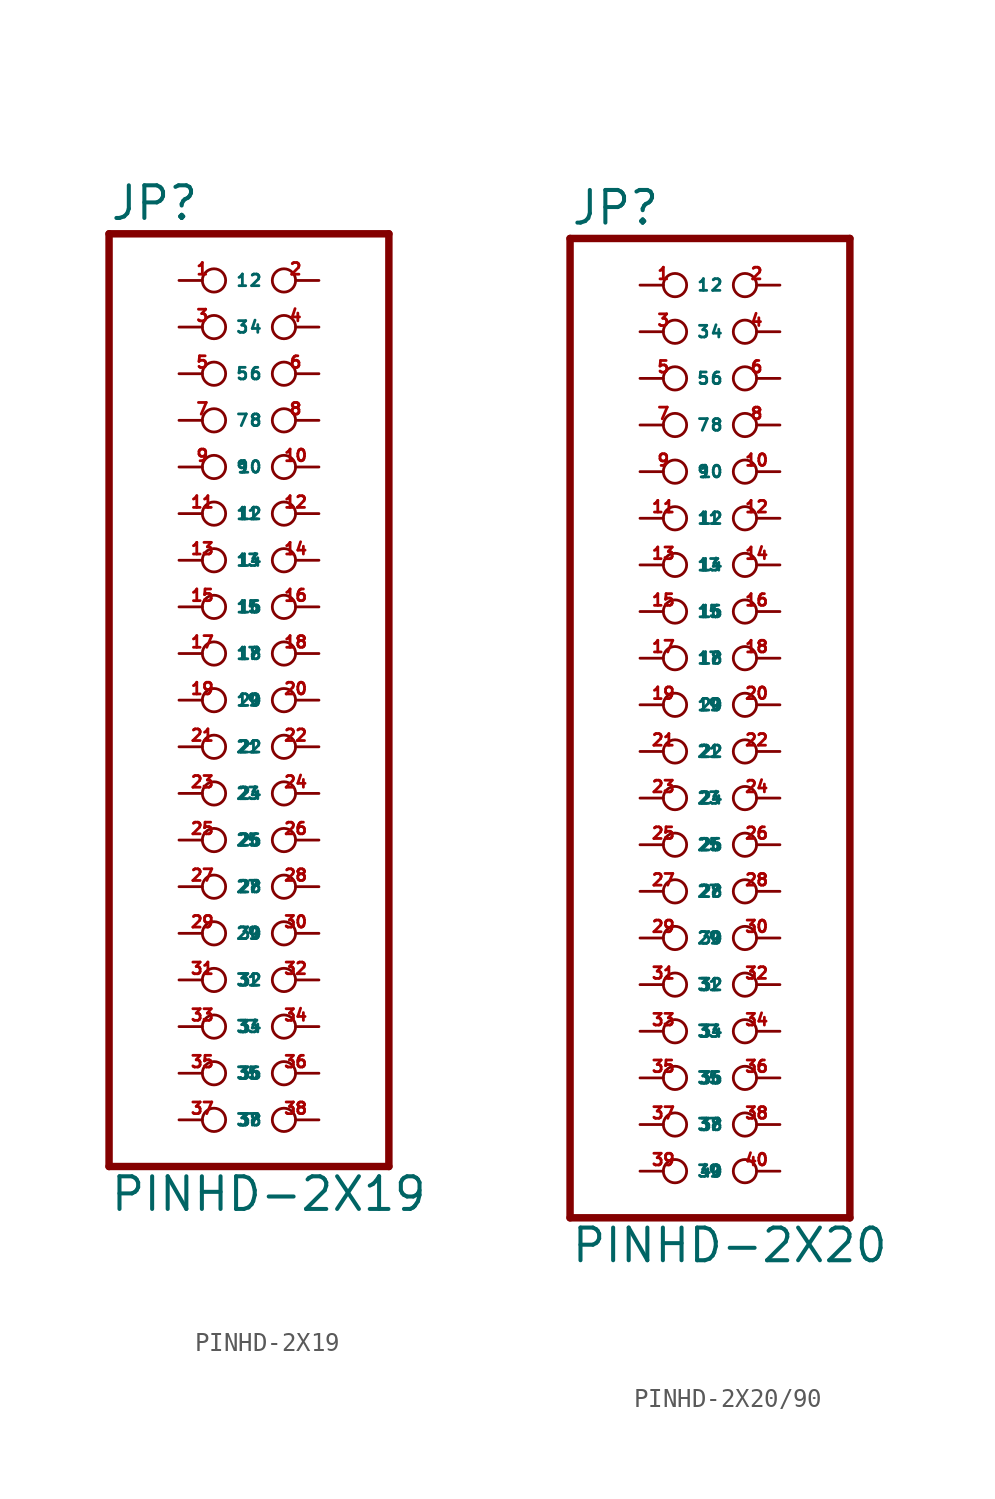
<source format=kicad_sym>
(kicad_symbol_lib
  (version 20220914)
  (generator Eagle2Kicad)
  (symbol "PINHD-2X19"
    (property "Reference" "JP"
      (at -6.35 23.495 0)
      (effects (font (size 1.778 1.778) (thickness 0.22)) (justify left bottom)))
    (property "Value" "PINHD-2X19"
      (at -6.35 -30.48 0)
      (effects (font (size 1.778 1.778) (thickness 0.22)) (justify left bottom)))
    (polyline
      (pts (xy -6.35 -27.94) (xy 8.89 -27.94))
      (stroke (width 0.406) (type default))
      (fill (type none)))
    (polyline
      (pts (xy 8.89 -27.94) (xy 8.89 22.86))
      (stroke (width 0.406) (type default))
      (fill (type none)))
    (polyline
      (pts (xy 8.89 22.86) (xy -6.35 22.86))
      (stroke (width 0.406) (type default))
      (fill (type none)))
    (polyline
      (pts (xy -6.35 22.86) (xy -6.35 -27.94))
      (stroke (width 0.406) (type default))
      (fill (type none)))
    (pin passive inverted
      (at -2.54 20.32 0)
      (length 2.54)
      (name "1" (effects (font (size 0.635 0.635) (thickness 0.08)) (justify left bottom)))
      (number "1" (effects (font (size 0.635 0.635) (thickness 0.08)) (justify left bottom))))
    (pin passive inverted
      (at 5.08 20.32 180)
      (length 2.54)
      (name "2" (effects (font (size 0.635 0.635) (thickness 0.08)) (justify left bottom)))
      (number "2" (effects (font (size 0.635 0.635) (thickness 0.08)) (justify left bottom))))
    (pin passive inverted
      (at -2.54 17.78 0)
      (length 2.54)
      (name "3" (effects (font (size 0.635 0.635) (thickness 0.08)) (justify left bottom)))
      (number "3" (effects (font (size 0.635 0.635) (thickness 0.08)) (justify left bottom))))
    (pin passive inverted
      (at 5.08 17.78 180)
      (length 2.54)
      (name "4" (effects (font (size 0.635 0.635) (thickness 0.08)) (justify left bottom)))
      (number "4" (effects (font (size 0.635 0.635) (thickness 0.08)) (justify left bottom))))
    (pin passive inverted
      (at -2.54 15.24 0)
      (length 2.54)
      (name "5" (effects (font (size 0.635 0.635) (thickness 0.08)) (justify left bottom)))
      (number "5" (effects (font (size 0.635 0.635) (thickness 0.08)) (justify left bottom))))
    (pin passive inverted
      (at 5.08 15.24 180)
      (length 2.54)
      (name "6" (effects (font (size 0.635 0.635) (thickness 0.08)) (justify left bottom)))
      (number "6" (effects (font (size 0.635 0.635) (thickness 0.08)) (justify left bottom))))
    (pin passive inverted
      (at -2.54 12.7 0)
      (length 2.54)
      (name "7" (effects (font (size 0.635 0.635) (thickness 0.08)) (justify left bottom)))
      (number "7" (effects (font (size 0.635 0.635) (thickness 0.08)) (justify left bottom))))
    (pin passive inverted
      (at 5.08 12.7 180)
      (length 2.54)
      (name "8" (effects (font (size 0.635 0.635) (thickness 0.08)) (justify left bottom)))
      (number "8" (effects (font (size 0.635 0.635) (thickness 0.08)) (justify left bottom))))
    (pin passive inverted
      (at -2.54 10.16 0)
      (length 2.54)
      (name "9" (effects (font (size 0.635 0.635) (thickness 0.08)) (justify left bottom)))
      (number "9" (effects (font (size 0.635 0.635) (thickness 0.08)) (justify left bottom))))
    (pin passive inverted
      (at 5.08 10.16 180)
      (length 2.54)
      (name "10" (effects (font (size 0.635 0.635) (thickness 0.08)) (justify left bottom)))
      (number "10" (effects (font (size 0.635 0.635) (thickness 0.08)) (justify left bottom))))
    (pin passive inverted
      (at -2.54 7.62 0)
      (length 2.54)
      (name "11" (effects (font (size 0.635 0.635) (thickness 0.08)) (justify left bottom)))
      (number "11" (effects (font (size 0.635 0.635) (thickness 0.08)) (justify left bottom))))
    (pin passive inverted
      (at 5.08 7.62 180)
      (length 2.54)
      (name "12" (effects (font (size 0.635 0.635) (thickness 0.08)) (justify left bottom)))
      (number "12" (effects (font (size 0.635 0.635) (thickness 0.08)) (justify left bottom))))
    (pin passive inverted
      (at -2.54 5.08 0)
      (length 2.54)
      (name "13" (effects (font (size 0.635 0.635) (thickness 0.08)) (justify left bottom)))
      (number "13" (effects (font (size 0.635 0.635) (thickness 0.08)) (justify left bottom))))
    (pin passive inverted
      (at 5.08 5.08 180)
      (length 2.54)
      (name "14" (effects (font (size 0.635 0.635) (thickness 0.08)) (justify left bottom)))
      (number "14" (effects (font (size 0.635 0.635) (thickness 0.08)) (justify left bottom))))
    (pin passive inverted
      (at -2.54 2.54 0)
      (length 2.54)
      (name "15" (effects (font (size 0.635 0.635) (thickness 0.08)) (justify left bottom)))
      (number "15" (effects (font (size 0.635 0.635) (thickness 0.08)) (justify left bottom))))
    (pin passive inverted
      (at 5.08 2.54 180)
      (length 2.54)
      (name "16" (effects (font (size 0.635 0.635) (thickness 0.08)) (justify left bottom)))
      (number "16" (effects (font (size 0.635 0.635) (thickness 0.08)) (justify left bottom))))
    (pin passive inverted
      (at -2.54 0 0)
      (length 2.54)
      (name "17" (effects (font (size 0.635 0.635) (thickness 0.08)) (justify left bottom)))
      (number "17" (effects (font (size 0.635 0.635) (thickness 0.08)) (justify left bottom))))
    (pin passive inverted
      (at 5.08 0 180)
      (length 2.54)
      (name "18" (effects (font (size 0.635 0.635) (thickness 0.08)) (justify left bottom)))
      (number "18" (effects (font (size 0.635 0.635) (thickness 0.08)) (justify left bottom))))
    (pin passive inverted
      (at -2.54 -2.54 0)
      (length 2.54)
      (name "19" (effects (font (size 0.635 0.635) (thickness 0.08)) (justify left bottom)))
      (number "19" (effects (font (size 0.635 0.635) (thickness 0.08)) (justify left bottom))))
    (pin passive inverted
      (at 5.08 -2.54 180)
      (length 2.54)
      (name "20" (effects (font (size 0.635 0.635) (thickness 0.08)) (justify left bottom)))
      (number "20" (effects (font (size 0.635 0.635) (thickness 0.08)) (justify left bottom))))
    (pin passive inverted
      (at -2.54 -5.08 0)
      (length 2.54)
      (name "21" (effects (font (size 0.635 0.635) (thickness 0.08)) (justify left bottom)))
      (number "21" (effects (font (size 0.635 0.635) (thickness 0.08)) (justify left bottom))))
    (pin passive inverted
      (at 5.08 -5.08 180)
      (length 2.54)
      (name "22" (effects (font (size 0.635 0.635) (thickness 0.08)) (justify left bottom)))
      (number "22" (effects (font (size 0.635 0.635) (thickness 0.08)) (justify left bottom))))
    (pin passive inverted
      (at -2.54 -7.62 0)
      (length 2.54)
      (name "23" (effects (font (size 0.635 0.635) (thickness 0.08)) (justify left bottom)))
      (number "23" (effects (font (size 0.635 0.635) (thickness 0.08)) (justify left bottom))))
    (pin passive inverted
      (at 5.08 -7.62 180)
      (length 2.54)
      (name "24" (effects (font (size 0.635 0.635) (thickness 0.08)) (justify left bottom)))
      (number "24" (effects (font (size 0.635 0.635) (thickness 0.08)) (justify left bottom))))
    (pin passive inverted
      (at -2.54 -10.16 0)
      (length 2.54)
      (name "25" (effects (font (size 0.635 0.635) (thickness 0.08)) (justify left bottom)))
      (number "25" (effects (font (size 0.635 0.635) (thickness 0.08)) (justify left bottom))))
    (pin passive inverted
      (at 5.08 -10.16 180)
      (length 2.54)
      (name "26" (effects (font (size 0.635 0.635) (thickness 0.08)) (justify left bottom)))
      (number "26" (effects (font (size 0.635 0.635) (thickness 0.08)) (justify left bottom))))
    (pin passive inverted
      (at -2.54 -12.7 0)
      (length 2.54)
      (name "27" (effects (font (size 0.635 0.635) (thickness 0.08)) (justify left bottom)))
      (number "27" (effects (font (size 0.635 0.635) (thickness 0.08)) (justify left bottom))))
    (pin passive inverted
      (at 5.08 -12.7 180)
      (length 2.54)
      (name "28" (effects (font (size 0.635 0.635) (thickness 0.08)) (justify left bottom)))
      (number "28" (effects (font (size 0.635 0.635) (thickness 0.08)) (justify left bottom))))
    (pin passive inverted
      (at -2.54 -15.24 0)
      (length 2.54)
      (name "29" (effects (font (size 0.635 0.635) (thickness 0.08)) (justify left bottom)))
      (number "29" (effects (font (size 0.635 0.635) (thickness 0.08)) (justify left bottom))))
    (pin passive inverted
      (at 5.08 -15.24 180)
      (length 2.54)
      (name "30" (effects (font (size 0.635 0.635) (thickness 0.08)) (justify left bottom)))
      (number "30" (effects (font (size 0.635 0.635) (thickness 0.08)) (justify left bottom))))
    (pin passive inverted
      (at -2.54 -17.78 0)
      (length 2.54)
      (name "31" (effects (font (size 0.635 0.635) (thickness 0.08)) (justify left bottom)))
      (number "31" (effects (font (size 0.635 0.635) (thickness 0.08)) (justify left bottom))))
    (pin passive inverted
      (at 5.08 -17.78 180)
      (length 2.54)
      (name "32" (effects (font (size 0.635 0.635) (thickness 0.08)) (justify left bottom)))
      (number "32" (effects (font (size 0.635 0.635) (thickness 0.08)) (justify left bottom))))
    (pin passive inverted
      (at -2.54 -20.32 0)
      (length 2.54)
      (name "33" (effects (font (size 0.635 0.635) (thickness 0.08)) (justify left bottom)))
      (number "33" (effects (font (size 0.635 0.635) (thickness 0.08)) (justify left bottom))))
    (pin passive inverted
      (at -2.54 -22.86 0)
      (length 2.54)
      (name "35" (effects (font (size 0.635 0.635) (thickness 0.08)) (justify left bottom)))
      (number "35" (effects (font (size 0.635 0.635) (thickness 0.08)) (justify left bottom))))
    (pin passive inverted
      (at -2.54 -25.4 0)
      (length 2.54)
      (name "37" (effects (font (size 0.635 0.635) (thickness 0.08)) (justify left bottom)))
      (number "37" (effects (font (size 0.635 0.635) (thickness 0.08)) (justify left bottom))))
    (pin passive inverted
      (at 5.08 -20.32 180)
      (length 2.54)
      (name "34" (effects (font (size 0.635 0.635) (thickness 0.08)) (justify left bottom)))
      (number "34" (effects (font (size 0.635 0.635) (thickness 0.08)) (justify left bottom))))
    (pin passive inverted
      (at 5.08 -22.86 180)
      (length 2.54)
      (name "36" (effects (font (size 0.635 0.635) (thickness 0.08)) (justify left bottom)))
      (number "36" (effects (font (size 0.635 0.635) (thickness 0.08)) (justify left bottom))))
    (pin passive inverted
      (at 5.08 -25.4 180)
      (length 2.54)
      (name "38" (effects (font (size 0.635 0.635) (thickness 0.08)) (justify left bottom)))
      (number "38" (effects (font (size 0.635 0.635) (thickness 0.08)) (justify left bottom)))))
  (symbol "PINHD-2X20/90"
    (property "Reference" "JP"
      (at -6.35 26.035 0)
      (effects (font (size 1.778 1.778) (thickness 0.22)) (justify left bottom)))
    (property "Value" "PINHD-2X20"
      (at -6.35 -30.48 0)
      (effects (font (size 1.778 1.778) (thickness 0.22)) (justify left bottom)))
    (polyline
      (pts (xy -6.35 -27.94) (xy 8.89 -27.94))
      (stroke (width 0.406) (type default))
      (fill (type none)))
    (polyline
      (pts (xy 8.89 -27.94) (xy 8.89 25.4))
      (stroke (width 0.406) (type default))
      (fill (type none)))
    (polyline
      (pts (xy 8.89 25.4) (xy -6.35 25.4))
      (stroke (width 0.406) (type default))
      (fill (type none)))
    (polyline
      (pts (xy -6.35 25.4) (xy -6.35 -27.94))
      (stroke (width 0.406) (type default))
      (fill (type none)))
    (pin passive inverted
      (at -2.54 22.86 0)
      (length 2.54)
      (name "1" (effects (font (size 0.635 0.635) (thickness 0.08)) (justify left bottom)))
      (number "1" (effects (font (size 0.635 0.635) (thickness 0.08)) (justify left bottom))))
    (pin passive inverted
      (at 5.08 22.86 180)
      (length 2.54)
      (name "2" (effects (font (size 0.635 0.635) (thickness 0.08)) (justify left bottom)))
      (number "2" (effects (font (size 0.635 0.635) (thickness 0.08)) (justify left bottom))))
    (pin passive inverted
      (at -2.54 20.32 0)
      (length 2.54)
      (name "3" (effects (font (size 0.635 0.635) (thickness 0.08)) (justify left bottom)))
      (number "3" (effects (font (size 0.635 0.635) (thickness 0.08)) (justify left bottom))))
    (pin passive inverted
      (at 5.08 20.32 180)
      (length 2.54)
      (name "4" (effects (font (size 0.635 0.635) (thickness 0.08)) (justify left bottom)))
      (number "4" (effects (font (size 0.635 0.635) (thickness 0.08)) (justify left bottom))))
    (pin passive inverted
      (at -2.54 17.78 0)
      (length 2.54)
      (name "5" (effects (font (size 0.635 0.635) (thickness 0.08)) (justify left bottom)))
      (number "5" (effects (font (size 0.635 0.635) (thickness 0.08)) (justify left bottom))))
    (pin passive inverted
      (at 5.08 17.78 180)
      (length 2.54)
      (name "6" (effects (font (size 0.635 0.635) (thickness 0.08)) (justify left bottom)))
      (number "6" (effects (font (size 0.635 0.635) (thickness 0.08)) (justify left bottom))))
    (pin passive inverted
      (at -2.54 15.24 0)
      (length 2.54)
      (name "7" (effects (font (size 0.635 0.635) (thickness 0.08)) (justify left bottom)))
      (number "7" (effects (font (size 0.635 0.635) (thickness 0.08)) (justify left bottom))))
    (pin passive inverted
      (at 5.08 15.24 180)
      (length 2.54)
      (name "8" (effects (font (size 0.635 0.635) (thickness 0.08)) (justify left bottom)))
      (number "8" (effects (font (size 0.635 0.635) (thickness 0.08)) (justify left bottom))))
    (pin passive inverted
      (at -2.54 12.7 0)
      (length 2.54)
      (name "9" (effects (font (size 0.635 0.635) (thickness 0.08)) (justify left bottom)))
      (number "9" (effects (font (size 0.635 0.635) (thickness 0.08)) (justify left bottom))))
    (pin passive inverted
      (at 5.08 12.7 180)
      (length 2.54)
      (name "10" (effects (font (size 0.635 0.635) (thickness 0.08)) (justify left bottom)))
      (number "10" (effects (font (size 0.635 0.635) (thickness 0.08)) (justify left bottom))))
    (pin passive inverted
      (at -2.54 10.16 0)
      (length 2.54)
      (name "11" (effects (font (size 0.635 0.635) (thickness 0.08)) (justify left bottom)))
      (number "11" (effects (font (size 0.635 0.635) (thickness 0.08)) (justify left bottom))))
    (pin passive inverted
      (at 5.08 10.16 180)
      (length 2.54)
      (name "12" (effects (font (size 0.635 0.635) (thickness 0.08)) (justify left bottom)))
      (number "12" (effects (font (size 0.635 0.635) (thickness 0.08)) (justify left bottom))))
    (pin passive inverted
      (at -2.54 7.62 0)
      (length 2.54)
      (name "13" (effects (font (size 0.635 0.635) (thickness 0.08)) (justify left bottom)))
      (number "13" (effects (font (size 0.635 0.635) (thickness 0.08)) (justify left bottom))))
    (pin passive inverted
      (at 5.08 7.62 180)
      (length 2.54)
      (name "14" (effects (font (size 0.635 0.635) (thickness 0.08)) (justify left bottom)))
      (number "14" (effects (font (size 0.635 0.635) (thickness 0.08)) (justify left bottom))))
    (pin passive inverted
      (at -2.54 5.08 0)
      (length 2.54)
      (name "15" (effects (font (size 0.635 0.635) (thickness 0.08)) (justify left bottom)))
      (number "15" (effects (font (size 0.635 0.635) (thickness 0.08)) (justify left bottom))))
    (pin passive inverted
      (at 5.08 5.08 180)
      (length 2.54)
      (name "16" (effects (font (size 0.635 0.635) (thickness 0.08)) (justify left bottom)))
      (number "16" (effects (font (size 0.635 0.635) (thickness 0.08)) (justify left bottom))))
    (pin passive inverted
      (at -2.54 2.54 0)
      (length 2.54)
      (name "17" (effects (font (size 0.635 0.635) (thickness 0.08)) (justify left bottom)))
      (number "17" (effects (font (size 0.635 0.635) (thickness 0.08)) (justify left bottom))))
    (pin passive inverted
      (at 5.08 2.54 180)
      (length 2.54)
      (name "18" (effects (font (size 0.635 0.635) (thickness 0.08)) (justify left bottom)))
      (number "18" (effects (font (size 0.635 0.635) (thickness 0.08)) (justify left bottom))))
    (pin passive inverted
      (at -2.54 0 0)
      (length 2.54)
      (name "19" (effects (font (size 0.635 0.635) (thickness 0.08)) (justify left bottom)))
      (number "19" (effects (font (size 0.635 0.635) (thickness 0.08)) (justify left bottom))))
    (pin passive inverted
      (at 5.08 0 180)
      (length 2.54)
      (name "20" (effects (font (size 0.635 0.635) (thickness 0.08)) (justify left bottom)))
      (number "20" (effects (font (size 0.635 0.635) (thickness 0.08)) (justify left bottom))))
    (pin passive inverted
      (at -2.54 -2.54 0)
      (length 2.54)
      (name "21" (effects (font (size 0.635 0.635) (thickness 0.08)) (justify left bottom)))
      (number "21" (effects (font (size 0.635 0.635) (thickness 0.08)) (justify left bottom))))
    (pin passive inverted
      (at 5.08 -2.54 180)
      (length 2.54)
      (name "22" (effects (font (size 0.635 0.635) (thickness 0.08)) (justify left bottom)))
      (number "22" (effects (font (size 0.635 0.635) (thickness 0.08)) (justify left bottom))))
    (pin passive inverted
      (at -2.54 -5.08 0)
      (length 2.54)
      (name "23" (effects (font (size 0.635 0.635) (thickness 0.08)) (justify left bottom)))
      (number "23" (effects (font (size 0.635 0.635) (thickness 0.08)) (justify left bottom))))
    (pin passive inverted
      (at 5.08 -5.08 180)
      (length 2.54)
      (name "24" (effects (font (size 0.635 0.635) (thickness 0.08)) (justify left bottom)))
      (number "24" (effects (font (size 0.635 0.635) (thickness 0.08)) (justify left bottom))))
    (pin passive inverted
      (at -2.54 -7.62 0)
      (length 2.54)
      (name "25" (effects (font (size 0.635 0.635) (thickness 0.08)) (justify left bottom)))
      (number "25" (effects (font (size 0.635 0.635) (thickness 0.08)) (justify left bottom))))
    (pin passive inverted
      (at 5.08 -7.62 180)
      (length 2.54)
      (name "26" (effects (font (size 0.635 0.635) (thickness 0.08)) (justify left bottom)))
      (number "26" (effects (font (size 0.635 0.635) (thickness 0.08)) (justify left bottom))))
    (pin passive inverted
      (at -2.54 -10.16 0)
      (length 2.54)
      (name "27" (effects (font (size 0.635 0.635) (thickness 0.08)) (justify left bottom)))
      (number "27" (effects (font (size 0.635 0.635) (thickness 0.08)) (justify left bottom))))
    (pin passive inverted
      (at 5.08 -10.16 180)
      (length 2.54)
      (name "28" (effects (font (size 0.635 0.635) (thickness 0.08)) (justify left bottom)))
      (number "28" (effects (font (size 0.635 0.635) (thickness 0.08)) (justify left bottom))))
    (pin passive inverted
      (at -2.54 -12.7 0)
      (length 2.54)
      (name "29" (effects (font (size 0.635 0.635) (thickness 0.08)) (justify left bottom)))
      (number "29" (effects (font (size 0.635 0.635) (thickness 0.08)) (justify left bottom))))
    (pin passive inverted
      (at 5.08 -12.7 180)
      (length 2.54)
      (name "30" (effects (font (size 0.635 0.635) (thickness 0.08)) (justify left bottom)))
      (number "30" (effects (font (size 0.635 0.635) (thickness 0.08)) (justify left bottom))))
    (pin passive inverted
      (at -2.54 -15.24 0)
      (length 2.54)
      (name "31" (effects (font (size 0.635 0.635) (thickness 0.08)) (justify left bottom)))
      (number "31" (effects (font (size 0.635 0.635) (thickness 0.08)) (justify left bottom))))
    (pin passive inverted
      (at 5.08 -15.24 180)
      (length 2.54)
      (name "32" (effects (font (size 0.635 0.635) (thickness 0.08)) (justify left bottom)))
      (number "32" (effects (font (size 0.635 0.635) (thickness 0.08)) (justify left bottom))))
    (pin passive inverted
      (at -2.54 -17.78 0)
      (length 2.54)
      (name "33" (effects (font (size 0.635 0.635) (thickness 0.08)) (justify left bottom)))
      (number "33" (effects (font (size 0.635 0.635) (thickness 0.08)) (justify left bottom))))
    (pin passive inverted
      (at 5.08 -17.78 180)
      (length 2.54)
      (name "34" (effects (font (size 0.635 0.635) (thickness 0.08)) (justify left bottom)))
      (number "34" (effects (font (size 0.635 0.635) (thickness 0.08)) (justify left bottom))))
    (pin passive inverted
      (at -2.54 -20.32 0)
      (length 2.54)
      (name "35" (effects (font (size 0.635 0.635) (thickness 0.08)) (justify left bottom)))
      (number "35" (effects (font (size 0.635 0.635) (thickness 0.08)) (justify left bottom))))
    (pin passive inverted
      (at 5.08 -20.32 180)
      (length 2.54)
      (name "36" (effects (font (size 0.635 0.635) (thickness 0.08)) (justify left bottom)))
      (number "36" (effects (font (size 0.635 0.635) (thickness 0.08)) (justify left bottom))))
    (pin passive inverted
      (at -2.54 -22.86 0)
      (length 2.54)
      (name "37" (effects (font (size 0.635 0.635) (thickness 0.08)) (justify left bottom)))
      (number "37" (effects (font (size 0.635 0.635) (thickness 0.08)) (justify left bottom))))
    (pin passive inverted
      (at 5.08 -22.86 180)
      (length 2.54)
      (name "38" (effects (font (size 0.635 0.635) (thickness 0.08)) (justify left bottom)))
      (number "38" (effects (font (size 0.635 0.635) (thickness 0.08)) (justify left bottom))))
    (pin passive inverted
      (at -2.54 -25.4 0)
      (length 2.54)
      (name "39" (effects (font (size 0.635 0.635) (thickness 0.08)) (justify left bottom)))
      (number "39" (effects (font (size 0.635 0.635) (thickness 0.08)) (justify left bottom))))
    (pin passive inverted
      (at 5.08 -25.4 180)
      (length 2.54)
      (name "40" (effects (font (size 0.635 0.635) (thickness 0.08)) (justify left bottom)))
      (number "40" (effects (font (size 0.635 0.635) (thickness 0.08)) (justify left bottom))))))
</source>
